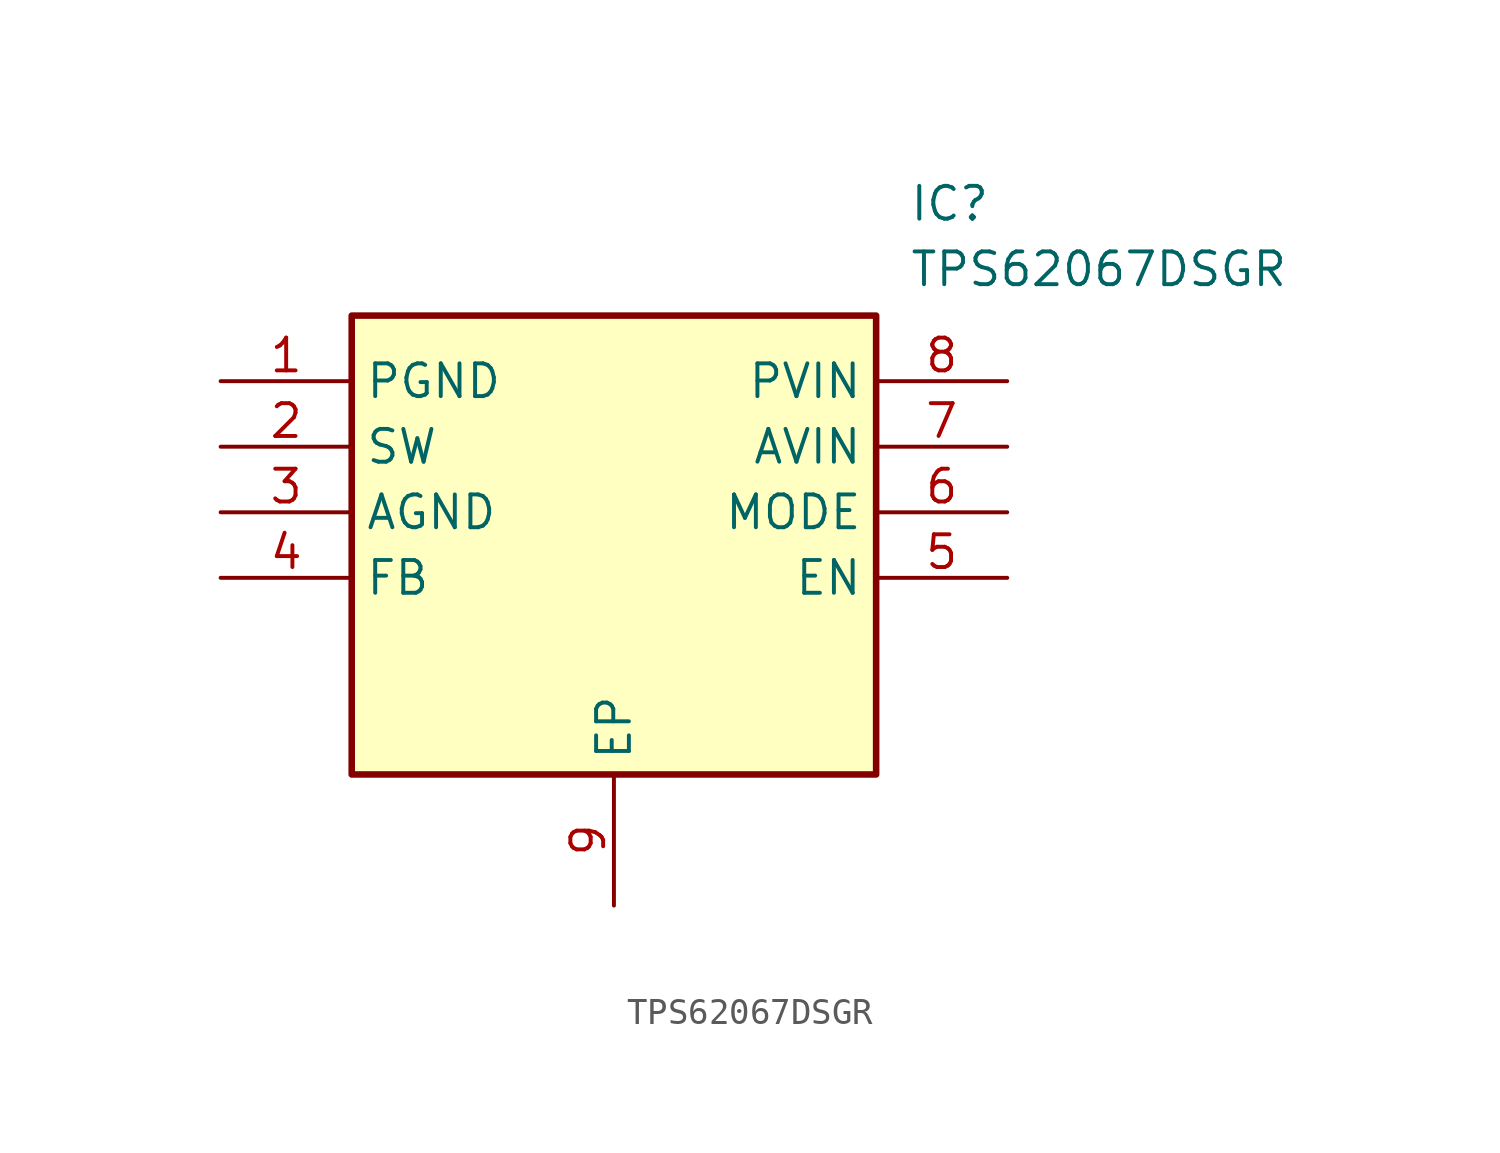
<source format=kicad_sym>
(kicad_symbol_lib
  (version 20211014)
  (generator SamacSys_ECAD_Model)
  (symbol "TPS62067DSGR"
    (property "Reference" "IC"
      (at 26.67 7.62 0)
      (effects (font (size 1.27 1.27)) (justify left top)))
    (property "Value" "TPS62067DSGR"
      (at 26.67 5.08 0)
      (effects (font (size 1.27 1.27)) (justify left top)))
    (rectangle
      (start 5.08 2.54)
      (end 25.4 -15.24)
      (stroke (width 0.254) (type default))
      (fill (type background)))
    (pin passive line
      (at 0 0 0)
      (length 5.08)
      (name "PGND" (effects (font (size 1.27 1.27))))
      (number "1" (effects (font (size 1.27 1.27)))))
    (pin passive line
      (at 0 -2.54 0)
      (length 5.08)
      (name "SW" (effects (font (size 1.27 1.27))))
      (number "2" (effects (font (size 1.27 1.27)))))
    (pin passive line
      (at 0 -5.08 0)
      (length 5.08)
      (name "AGND" (effects (font (size 1.27 1.27))))
      (number "3" (effects (font (size 1.27 1.27)))))
    (pin passive line
      (at 0 -7.62 0)
      (length 5.08)
      (name "FB" (effects (font (size 1.27 1.27))))
      (number "4" (effects (font (size 1.27 1.27)))))
    (pin passive line
      (at 15.24 -20.32 90)
      (length 5.08)
      (name "EP" (effects (font (size 1.27 1.27))))
      (number "9" (effects (font (size 1.27 1.27)))))
    (pin passive line
      (at 30.48 0 180)
      (length 5.08)
      (name "PVIN" (effects (font (size 1.27 1.27))))
      (number "8" (effects (font (size 1.27 1.27)))))
    (pin passive line
      (at 30.48 -2.54 180)
      (length 5.08)
      (name "AVIN" (effects (font (size 1.27 1.27))))
      (number "7" (effects (font (size 1.27 1.27)))))
    (pin passive line
      (at 30.48 -5.08 180)
      (length 5.08)
      (name "MODE" (effects (font (size 1.27 1.27))))
      (number "6" (effects (font (size 1.27 1.27)))))
    (pin passive line
      (at 30.48 -7.62 180)
      (length 5.08)
      (name "EN" (effects (font (size 1.27 1.27))))
      (number "5" (effects (font (size 1.27 1.27)))))))
</source>
